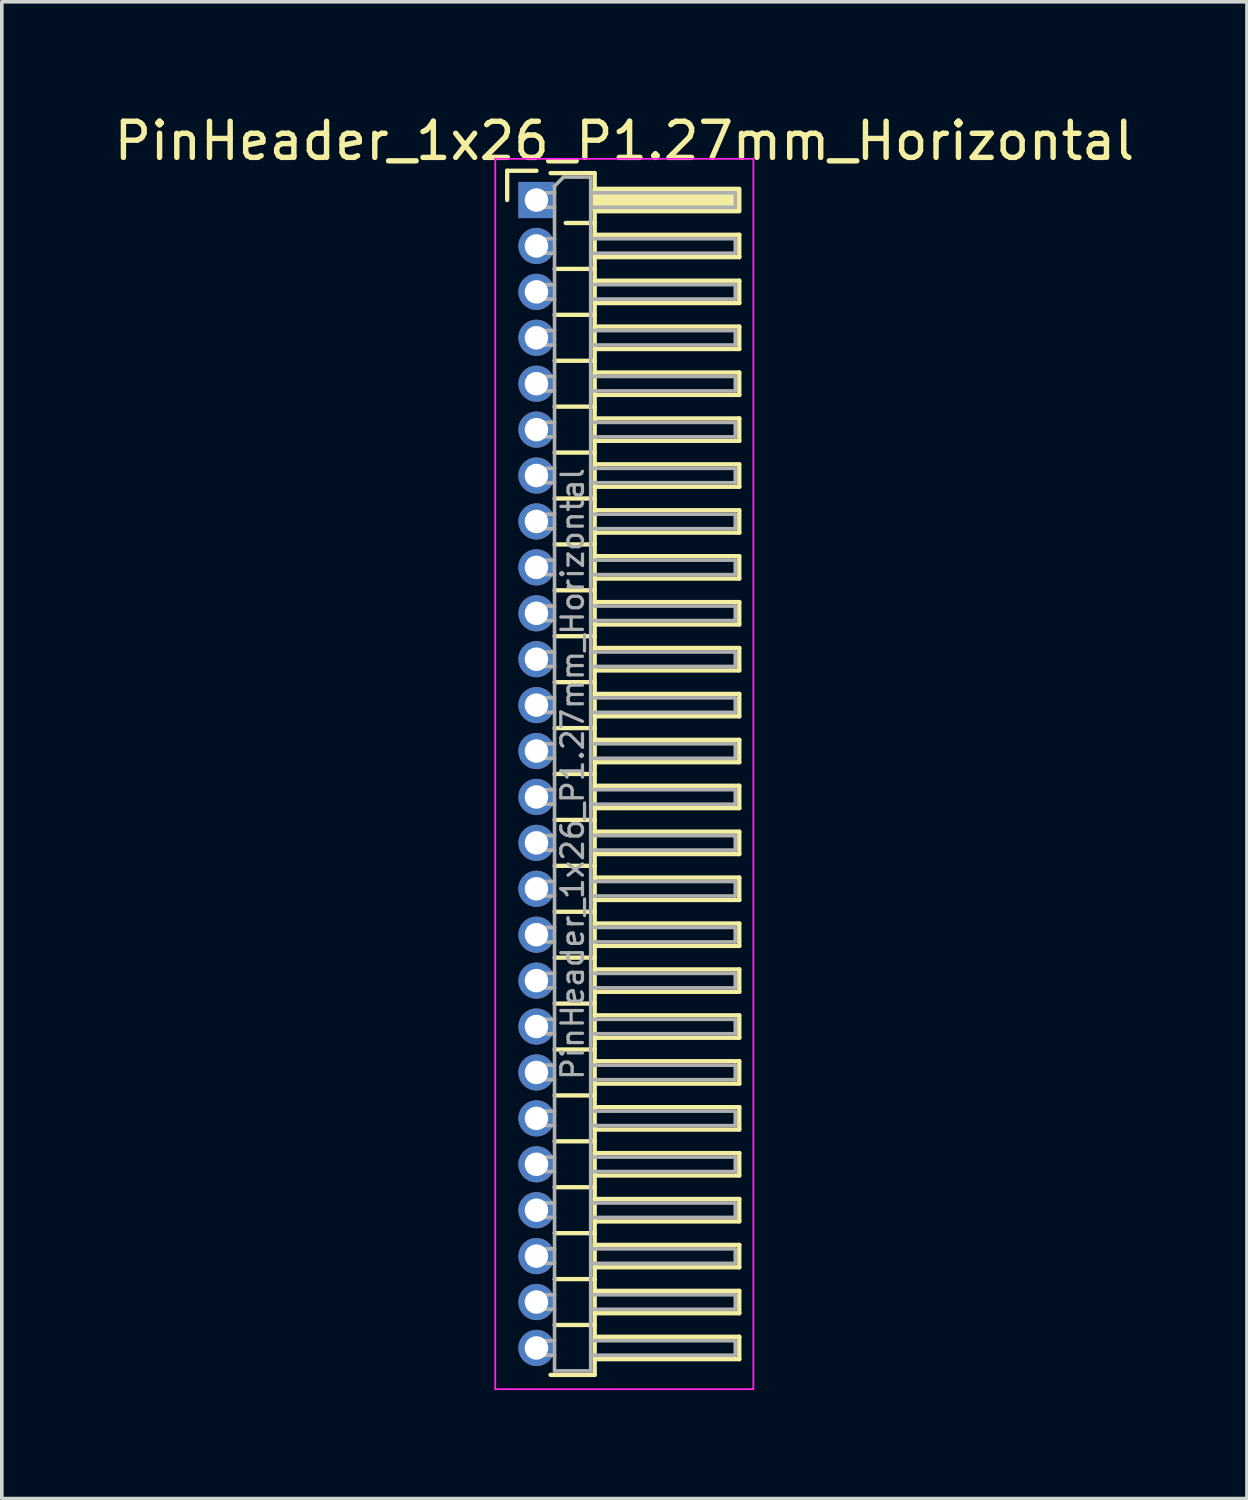
<source format=kicad_pcb>
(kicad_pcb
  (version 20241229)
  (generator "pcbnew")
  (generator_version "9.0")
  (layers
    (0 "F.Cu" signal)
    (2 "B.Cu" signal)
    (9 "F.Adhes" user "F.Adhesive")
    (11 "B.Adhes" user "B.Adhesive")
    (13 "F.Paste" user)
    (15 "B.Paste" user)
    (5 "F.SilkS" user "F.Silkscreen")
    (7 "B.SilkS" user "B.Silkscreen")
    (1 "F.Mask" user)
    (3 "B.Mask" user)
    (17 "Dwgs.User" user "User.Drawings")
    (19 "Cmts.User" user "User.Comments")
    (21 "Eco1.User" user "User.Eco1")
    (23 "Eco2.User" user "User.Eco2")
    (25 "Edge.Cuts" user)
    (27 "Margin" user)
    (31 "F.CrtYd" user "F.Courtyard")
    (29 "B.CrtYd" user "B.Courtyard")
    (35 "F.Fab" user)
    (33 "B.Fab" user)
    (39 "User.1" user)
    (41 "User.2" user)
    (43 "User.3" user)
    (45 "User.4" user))
  (footprint "PinHeader_1x26_P1.27mm_Horizontal"
    (layer "F.Cu")
    (at 11.788 2.483)
    (property "Reference" "PinHeader_1x26_P1.27mm_Horizontal" (at 2.433 -1.635 0) (layer "F.SilkS") (effects (font (size 1 1) (thickness 0.15))))
    (attr through_hole)
    (fp_line (start -0.81 -0.81) (end 0 -0.81) (stroke (width 0.12) (type solid)) (layer "F.SilkS"))
    (fp_line (start -0.81 0) (end -0.81 -0.81) (stroke (width 0.12) (type solid)) (layer "F.SilkS"))
    (fp_line (start 0.39 -0.745) (end 1.61 -0.745) (stroke (width 0.12) (type solid)) (layer "F.SilkS"))
    (fp_line (start 0.503 1.905) (end 1.61 1.905) (stroke (width 0.12) (type solid)) (layer "F.SilkS"))
    (fp_line (start 0.503 3.175) (end 1.61 3.175) (stroke (width 0.12) (type solid)) (layer "F.SilkS"))
    (fp_line (start 0.503 4.445) (end 1.61 4.445) (stroke (width 0.12) (type solid)) (layer "F.SilkS"))
    (fp_line (start 0.503 5.715) (end 1.61 5.715) (stroke (width 0.12) (type solid)) (layer "F.SilkS"))
    (fp_line (start 0.503 6.985) (end 1.61 6.985) (stroke (width 0.12) (type solid)) (layer "F.SilkS"))
    (fp_line (start 0.503 8.255) (end 1.61 8.255) (stroke (width 0.12) (type solid)) (layer "F.SilkS"))
    (fp_line (start 0.503 9.525) (end 1.61 9.525) (stroke (width 0.12) (type solid)) (layer "F.SilkS"))
    (fp_line (start 0.503 10.795) (end 1.61 10.795) (stroke (width 0.12) (type solid)) (layer "F.SilkS"))
    (fp_line (start 0.503 12.065) (end 1.61 12.065) (stroke (width 0.12) (type solid)) (layer "F.SilkS"))
    (fp_line (start 0.503 13.335) (end 1.61 13.335) (stroke (width 0.12) (type solid)) (layer "F.SilkS"))
    (fp_line (start 0.503 14.605) (end 1.61 14.605) (stroke (width 0.12) (type solid)) (layer "F.SilkS"))
    (fp_line (start 0.503 15.875) (end 1.61 15.875) (stroke (width 0.12) (type solid)) (layer "F.SilkS"))
    (fp_line (start 0.503 17.145) (end 1.61 17.145) (stroke (width 0.12) (type solid)) (layer "F.SilkS"))
    (fp_line (start 0.503 18.415) (end 1.61 18.415) (stroke (width 0.12) (type solid)) (layer "F.SilkS"))
    (fp_line (start 0.503 19.685) (end 1.61 19.685) (stroke (width 0.12) (type solid)) (layer "F.SilkS"))
    (fp_line (start 0.503 20.955) (end 1.61 20.955) (stroke (width 0.12) (type solid)) (layer "F.SilkS"))
    (fp_line (start 0.503 22.225) (end 1.61 22.225) (stroke (width 0.12) (type solid)) (layer "F.SilkS"))
    (fp_line (start 0.503 23.495) (end 1.61 23.495) (stroke (width 0.12) (type solid)) (layer "F.SilkS"))
    (fp_line (start 0.503 24.765) (end 1.61 24.765) (stroke (width 0.12) (type solid)) (layer "F.SilkS"))
    (fp_line (start 0.503 26.035) (end 1.61 26.035) (stroke (width 0.12) (type solid)) (layer "F.SilkS"))
    (fp_line (start 0.503 27.305) (end 1.61 27.305) (stroke (width 0.12) (type solid)) (layer "F.SilkS"))
    (fp_line (start 0.503 28.575) (end 1.61 28.575) (stroke (width 0.12) (type solid)) (layer "F.SilkS"))
    (fp_line (start 0.503 29.845) (end 1.61 29.845) (stroke (width 0.12) (type solid)) (layer "F.SilkS"))
    (fp_line (start 0.503 31.115) (end 1.61 31.115) (stroke (width 0.12) (type solid)) (layer "F.SilkS"))
    (fp_line (start 0.81 0.635) (end 1.61 0.635) (stroke (width 0.12) (type solid)) (layer "F.SilkS"))
    (fp_line (start 1.61 -0.745) (end 1.61 32.495) (stroke (width 0.12) (type solid)) (layer "F.SilkS"))
    (fp_line (start 1.61 0.96) (end 5.61 0.96) (stroke (width 0.12) (type solid)) (layer "F.SilkS"))
    (fp_line (start 1.61 2.23) (end 5.61 2.23) (stroke (width 0.12) (type solid)) (layer "F.SilkS"))
    (fp_line (start 1.61 3.5) (end 5.61 3.5) (stroke (width 0.12) (type solid)) (layer "F.SilkS"))
    (fp_line (start 1.61 4.77) (end 5.61 4.77) (stroke (width 0.12) (type solid)) (layer "F.SilkS"))
    (fp_line (start 1.61 6.04) (end 5.61 6.04) (stroke (width 0.12) (type solid)) (layer "F.SilkS"))
    (fp_line (start 1.61 7.31) (end 5.61 7.31) (stroke (width 0.12) (type solid)) (layer "F.SilkS"))
    (fp_line (start 1.61 8.58) (end 5.61 8.58) (stroke (width 0.12) (type solid)) (layer "F.SilkS"))
    (fp_line (start 1.61 9.85) (end 5.61 9.85) (stroke (width 0.12) (type solid)) (layer "F.SilkS"))
    (fp_line (start 1.61 11.12) (end 5.61 11.12) (stroke (width 0.12) (type solid)) (layer "F.SilkS"))
    (fp_line (start 1.61 12.39) (end 5.61 12.39) (stroke (width 0.12) (type solid)) (layer "F.SilkS"))
    (fp_line (start 1.61 13.66) (end 5.61 13.66) (stroke (width 0.12) (type solid)) (layer "F.SilkS"))
    (fp_line (start 1.61 14.93) (end 5.61 14.93) (stroke (width 0.12) (type solid)) (layer "F.SilkS"))
    (fp_line (start 1.61 16.2) (end 5.61 16.2) (stroke (width 0.12) (type solid)) (layer "F.SilkS"))
    (fp_line (start 1.61 17.47) (end 5.61 17.47) (stroke (width 0.12) (type solid)) (layer "F.SilkS"))
    (fp_line (start 1.61 18.74) (end 5.61 18.74) (stroke (width 0.12) (type solid)) (layer "F.SilkS"))
    (fp_line (start 1.61 20.01) (end 5.61 20.01) (stroke (width 0.12) (type solid)) (layer "F.SilkS"))
    (fp_line (start 1.61 21.28) (end 5.61 21.28) (stroke (width 0.12) (type solid)) (layer "F.SilkS"))
    (fp_line (start 1.61 22.55) (end 5.61 22.55) (stroke (width 0.12) (type solid)) (layer "F.SilkS"))
    (fp_line (start 1.61 23.82) (end 5.61 23.82) (stroke (width 0.12) (type solid)) (layer "F.SilkS"))
    (fp_line (start 1.61 25.09) (end 5.61 25.09) (stroke (width 0.12) (type solid)) (layer "F.SilkS"))
    (fp_line (start 1.61 26.36) (end 5.61 26.36) (stroke (width 0.12) (type solid)) (layer "F.SilkS"))
    (fp_line (start 1.61 27.63) (end 5.61 27.63) (stroke (width 0.12) (type solid)) (layer "F.SilkS"))
    (fp_line (start 1.61 28.9) (end 5.61 28.9) (stroke (width 0.12) (type solid)) (layer "F.SilkS"))
    (fp_line (start 1.61 30.17) (end 5.61 30.17) (stroke (width 0.12) (type solid)) (layer "F.SilkS"))
    (fp_line (start 1.61 31.44) (end 5.61 31.44) (stroke (width 0.12) (type solid)) (layer "F.SilkS"))
    (fp_line (start 1.61 32.495) (end 0.39 32.495) (stroke (width 0.12) (type solid)) (layer "F.SilkS"))
    (fp_line (start 5.61 0.96) (end 5.61 1.58) (stroke (width 0.12) (type solid)) (layer "F.SilkS"))
    (fp_line (start 5.61 1.58) (end 1.61 1.58) (stroke (width 0.12) (type solid)) (layer "F.SilkS"))
    (fp_line (start 5.61 2.23) (end 5.61 2.85) (stroke (width 0.12) (type solid)) (layer "F.SilkS"))
    (fp_line (start 5.61 2.85) (end 1.61 2.85) (stroke (width 0.12) (type solid)) (layer "F.SilkS"))
    (fp_line (start 5.61 3.5) (end 5.61 4.12) (stroke (width 0.12) (type solid)) (layer "F.SilkS"))
    (fp_line (start 5.61 4.12) (end 1.61 4.12) (stroke (width 0.12) (type solid)) (layer "F.SilkS"))
    (fp_line (start 5.61 4.77) (end 5.61 5.39) (stroke (width 0.12) (type solid)) (layer "F.SilkS"))
    (fp_line (start 5.61 5.39) (end 1.61 5.39) (stroke (width 0.12) (type solid)) (layer "F.SilkS"))
    (fp_line (start 5.61 6.04) (end 5.61 6.66) (stroke (width 0.12) (type solid)) (layer "F.SilkS"))
    (fp_line (start 5.61 6.66) (end 1.61 6.66) (stroke (width 0.12) (type solid)) (layer "F.SilkS"))
    (fp_line (start 5.61 7.31) (end 5.61 7.93) (stroke (width 0.12) (type solid)) (layer "F.SilkS"))
    (fp_line (start 5.61 7.93) (end 1.61 7.93) (stroke (width 0.12) (type solid)) (layer "F.SilkS"))
    (fp_line (start 5.61 8.58) (end 5.61 9.2) (stroke (width 0.12) (type solid)) (layer "F.SilkS"))
    (fp_line (start 5.61 9.2) (end 1.61 9.2) (stroke (width 0.12) (type solid)) (layer "F.SilkS"))
    (fp_line (start 5.61 9.85) (end 5.61 10.47) (stroke (width 0.12) (type solid)) (layer "F.SilkS"))
    (fp_line (start 5.61 10.47) (end 1.61 10.47) (stroke (width 0.12) (type solid)) (layer "F.SilkS"))
    (fp_line (start 5.61 11.12) (end 5.61 11.74) (stroke (width 0.12) (type solid)) (layer "F.SilkS"))
    (fp_line (start 5.61 11.74) (end 1.61 11.74) (stroke (width 0.12) (type solid)) (layer "F.SilkS"))
    (fp_line (start 5.61 12.39) (end 5.61 13.01) (stroke (width 0.12) (type solid)) (layer "F.SilkS"))
    (fp_line (start 5.61 13.01) (end 1.61 13.01) (stroke (width 0.12) (type solid)) (layer "F.SilkS"))
    (fp_line (start 5.61 13.66) (end 5.61 14.28) (stroke (width 0.12) (type solid)) (layer "F.SilkS"))
    (fp_line (start 5.61 14.28) (end 1.61 14.28) (stroke (width 0.12) (type solid)) (layer "F.SilkS"))
    (fp_line (start 5.61 14.93) (end 5.61 15.55) (stroke (width 0.12) (type solid)) (layer "F.SilkS"))
    (fp_line (start 5.61 15.55) (end 1.61 15.55) (stroke (width 0.12) (type solid)) (layer "F.SilkS"))
    (fp_line (start 5.61 16.2) (end 5.61 16.82) (stroke (width 0.12) (type solid)) (layer "F.SilkS"))
    (fp_line (start 5.61 16.82) (end 1.61 16.82) (stroke (width 0.12) (type solid)) (layer "F.SilkS"))
    (fp_line (start 5.61 17.47) (end 5.61 18.09) (stroke (width 0.12) (type solid)) (layer "F.SilkS"))
    (fp_line (start 5.61 18.09) (end 1.61 18.09) (stroke (width 0.12) (type solid)) (layer "F.SilkS"))
    (fp_line (start 5.61 18.74) (end 5.61 19.36) (stroke (width 0.12) (type solid)) (layer "F.SilkS"))
    (fp_line (start 5.61 19.36) (end 1.61 19.36) (stroke (width 0.12) (type solid)) (layer "F.SilkS"))
    (fp_line (start 5.61 20.01) (end 5.61 20.63) (stroke (width 0.12) (type solid)) (layer "F.SilkS"))
    (fp_line (start 5.61 20.63) (end 1.61 20.63) (stroke (width 0.12) (type solid)) (layer "F.SilkS"))
    (fp_line (start 5.61 21.28) (end 5.61 21.9) (stroke (width 0.12) (type solid)) (layer "F.SilkS"))
    (fp_line (start 5.61 21.9) (end 1.61 21.9) (stroke (width 0.12) (type solid)) (layer "F.SilkS"))
    (fp_line (start 5.61 22.55) (end 5.61 23.17) (stroke (width 0.12) (type solid)) (layer "F.SilkS"))
    (fp_line (start 5.61 23.17) (end 1.61 23.17) (stroke (width 0.12) (type solid)) (layer "F.SilkS"))
    (fp_line (start 5.61 23.82) (end 5.61 24.44) (stroke (width 0.12) (type solid)) (layer "F.SilkS"))
    (fp_line (start 5.61 24.44) (end 1.61 24.44) (stroke (width 0.12) (type solid)) (layer "F.SilkS"))
    (fp_line (start 5.61 25.09) (end 5.61 25.71) (stroke (width 0.12) (type solid)) (layer "F.SilkS"))
    (fp_line (start 5.61 25.71) (end 1.61 25.71) (stroke (width 0.12) (type solid)) (layer "F.SilkS"))
    (fp_line (start 5.61 26.36) (end 5.61 26.98) (stroke (width 0.12) (type solid)) (layer "F.SilkS"))
    (fp_line (start 5.61 26.98) (end 1.61 26.98) (stroke (width 0.12) (type solid)) (layer "F.SilkS"))
    (fp_line (start 5.61 27.63) (end 5.61 28.25) (stroke (width 0.12) (type solid)) (layer "F.SilkS"))
    (fp_line (start 5.61 28.25) (end 1.61 28.25) (stroke (width 0.12) (type solid)) (layer "F.SilkS"))
    (fp_line (start 5.61 28.9) (end 5.61 29.52) (stroke (width 0.12) (type solid)) (layer "F.SilkS"))
    (fp_line (start 5.61 29.52) (end 1.61 29.52) (stroke (width 0.12) (type solid)) (layer "F.SilkS"))
    (fp_line (start 5.61 30.17) (end 5.61 30.79) (stroke (width 0.12) (type solid)) (layer "F.SilkS"))
    (fp_line (start 5.61 30.79) (end 1.61 30.79) (stroke (width 0.12) (type solid)) (layer "F.SilkS"))
    (fp_line (start 5.61 31.44) (end 5.61 32.06) (stroke (width 0.12) (type solid)) (layer "F.SilkS"))
    (fp_line (start 5.61 32.06) (end 1.61 32.06) (stroke (width 0.12) (type solid)) (layer "F.SilkS"))
    (fp_rect (start 1.61 -0.31) (end 5.61 0.31) (stroke (width 0.12) (type solid)) (fill yes) (layer "F.SilkS"))
    (fp_line (start -1.14 -1.14) (end -1.14 32.89) (stroke (width 0.05) (type solid)) (layer "F.CrtYd"))
    (fp_line (start -1.14 32.89) (end 6 32.89) (stroke (width 0.05) (type solid)) (layer "F.CrtYd"))
    (fp_line (start 6 -1.14) (end -1.14 -1.14) (stroke (width 0.05) (type solid)) (layer "F.CrtYd"))
    (fp_line (start 6 32.89) (end 6 -1.14) (stroke (width 0.05) (type solid)) (layer "F.CrtYd"))
    (fp_line (start -0.2 -0.2) (end -0.2 0.2) (stroke (width 0.1) (type solid)) (layer "F.Fab"))
    (fp_line (start -0.2 -0.2) (end 0.5 -0.2) (stroke (width 0.1) (type solid)) (layer "F.Fab"))
    (fp_line (start -0.2 0.2) (end 0.5 0.2) (stroke (width 0.1) (type solid)) (layer "F.Fab"))
    (fp_line (start -0.2 1.07) (end -0.2 1.47) (stroke (width 0.1) (type solid)) (layer "F.Fab"))
    (fp_line (start -0.2 1.07) (end 0.5 1.07) (stroke (width 0.1) (type solid)) (layer "F.Fab"))
    (fp_line (start -0.2 1.47) (end 0.5 1.47) (stroke (width 0.1) (type solid)) (layer "F.Fab"))
    (fp_line (start -0.2 2.34) (end -0.2 2.74) (stroke (width 0.1) (type solid)) (layer "F.Fab"))
    (fp_line (start -0.2 2.34) (end 0.5 2.34) (stroke (width 0.1) (type solid)) (layer "F.Fab"))
    (fp_line (start -0.2 2.74) (end 0.5 2.74) (stroke (width 0.1) (type solid)) (layer "F.Fab"))
    (fp_line (start -0.2 3.61) (end -0.2 4.01) (stroke (width 0.1) (type solid)) (layer "F.Fab"))
    (fp_line (start -0.2 3.61) (end 0.5 3.61) (stroke (width 0.1) (type solid)) (layer "F.Fab"))
    (fp_line (start -0.2 4.01) (end 0.5 4.01) (stroke (width 0.1) (type solid)) (layer "F.Fab"))
    (fp_line (start -0.2 4.88) (end -0.2 5.28) (stroke (width 0.1) (type solid)) (layer "F.Fab"))
    (fp_line (start -0.2 4.88) (end 0.5 4.88) (stroke (width 0.1) (type solid)) (layer "F.Fab"))
    (fp_line (start -0.2 5.28) (end 0.5 5.28) (stroke (width 0.1) (type solid)) (layer "F.Fab"))
    (fp_line (start -0.2 6.15) (end -0.2 6.55) (stroke (width 0.1) (type solid)) (layer "F.Fab"))
    (fp_line (start -0.2 6.15) (end 0.5 6.15) (stroke (width 0.1) (type solid)) (layer "F.Fab"))
    (fp_line (start -0.2 6.55) (end 0.5 6.55) (stroke (width 0.1) (type solid)) (layer "F.Fab"))
    (fp_line (start -0.2 7.42) (end -0.2 7.82) (stroke (width 0.1) (type solid)) (layer "F.Fab"))
    (fp_line (start -0.2 7.42) (end 0.5 7.42) (stroke (width 0.1) (type solid)) (layer "F.Fab"))
    (fp_line (start -0.2 7.82) (end 0.5 7.82) (stroke (width 0.1) (type solid)) (layer "F.Fab"))
    (fp_line (start -0.2 8.69) (end -0.2 9.09) (stroke (width 0.1) (type solid)) (layer "F.Fab"))
    (fp_line (start -0.2 8.69) (end 0.5 8.69) (stroke (width 0.1) (type solid)) (layer "F.Fab"))
    (fp_line (start -0.2 9.09) (end 0.5 9.09) (stroke (width 0.1) (type solid)) (layer "F.Fab"))
    (fp_line (start -0.2 9.96) (end -0.2 10.36) (stroke (width 0.1) (type solid)) (layer "F.Fab"))
    (fp_line (start -0.2 9.96) (end 0.5 9.96) (stroke (width 0.1) (type solid)) (layer "F.Fab"))
    (fp_line (start -0.2 10.36) (end 0.5 10.36) (stroke (width 0.1) (type solid)) (layer "F.Fab"))
    (fp_line (start -0.2 11.23) (end -0.2 11.63) (stroke (width 0.1) (type solid)) (layer "F.Fab"))
    (fp_line (start -0.2 11.23) (end 0.5 11.23) (stroke (width 0.1) (type solid)) (layer "F.Fab"))
    (fp_line (start -0.2 11.63) (end 0.5 11.63) (stroke (width 0.1) (type solid)) (layer "F.Fab"))
    (fp_line (start -0.2 12.5) (end -0.2 12.9) (stroke (width 0.1) (type solid)) (layer "F.Fab"))
    (fp_line (start -0.2 12.5) (end 0.5 12.5) (stroke (width 0.1) (type solid)) (layer "F.Fab"))
    (fp_line (start -0.2 12.9) (end 0.5 12.9) (stroke (width 0.1) (type solid)) (layer "F.Fab"))
    (fp_line (start -0.2 13.77) (end -0.2 14.17) (stroke (width 0.1) (type solid)) (layer "F.Fab"))
    (fp_line (start -0.2 13.77) (end 0.5 13.77) (stroke (width 0.1) (type solid)) (layer "F.Fab"))
    (fp_line (start -0.2 14.17) (end 0.5 14.17) (stroke (width 0.1) (type solid)) (layer "F.Fab"))
    (fp_line (start -0.2 15.04) (end -0.2 15.44) (stroke (width 0.1) (type solid)) (layer "F.Fab"))
    (fp_line (start -0.2 15.04) (end 0.5 15.04) (stroke (width 0.1) (type solid)) (layer "F.Fab"))
    (fp_line (start -0.2 15.44) (end 0.5 15.44) (stroke (width 0.1) (type solid)) (layer "F.Fab"))
    (fp_line (start -0.2 16.31) (end -0.2 16.71) (stroke (width 0.1) (type solid)) (layer "F.Fab"))
    (fp_line (start -0.2 16.31) (end 0.5 16.31) (stroke (width 0.1) (type solid)) (layer "F.Fab"))
    (fp_line (start -0.2 16.71) (end 0.5 16.71) (stroke (width 0.1) (type solid)) (layer "F.Fab"))
    (fp_line (start -0.2 17.58) (end -0.2 17.98) (stroke (width 0.1) (type solid)) (layer "F.Fab"))
    (fp_line (start -0.2 17.58) (end 0.5 17.58) (stroke (width 0.1) (type solid)) (layer "F.Fab"))
    (fp_line (start -0.2 17.98) (end 0.5 17.98) (stroke (width 0.1) (type solid)) (layer "F.Fab"))
    (fp_line (start -0.2 18.85) (end -0.2 19.25) (stroke (width 0.1) (type solid)) (layer "F.Fab"))
    (fp_line (start -0.2 18.85) (end 0.5 18.85) (stroke (width 0.1) (type solid)) (layer "F.Fab"))
    (fp_line (start -0.2 19.25) (end 0.5 19.25) (stroke (width 0.1) (type solid)) (layer "F.Fab"))
    (fp_line (start -0.2 20.12) (end -0.2 20.52) (stroke (width 0.1) (type solid)) (layer "F.Fab"))
    (fp_line (start -0.2 20.12) (end 0.5 20.12) (stroke (width 0.1) (type solid)) (layer "F.Fab"))
    (fp_line (start -0.2 20.52) (end 0.5 20.52) (stroke (width 0.1) (type solid)) (layer "F.Fab"))
    (fp_line (start -0.2 21.39) (end -0.2 21.79) (stroke (width 0.1) (type solid)) (layer "F.Fab"))
    (fp_line (start -0.2 21.39) (end 0.5 21.39) (stroke (width 0.1) (type solid)) (layer "F.Fab"))
    (fp_line (start -0.2 21.79) (end 0.5 21.79) (stroke (width 0.1) (type solid)) (layer "F.Fab"))
    (fp_line (start -0.2 22.66) (end -0.2 23.06) (stroke (width 0.1) (type solid)) (layer "F.Fab"))
    (fp_line (start -0.2 22.66) (end 0.5 22.66) (stroke (width 0.1) (type solid)) (layer "F.Fab"))
    (fp_line (start -0.2 23.06) (end 0.5 23.06) (stroke (width 0.1) (type solid)) (layer "F.Fab"))
    (fp_line (start -0.2 23.93) (end -0.2 24.33) (stroke (width 0.1) (type solid)) (layer "F.Fab"))
    (fp_line (start -0.2 23.93) (end 0.5 23.93) (stroke (width 0.1) (type solid)) (layer "F.Fab"))
    (fp_line (start -0.2 24.33) (end 0.5 24.33) (stroke (width 0.1) (type solid)) (layer "F.Fab"))
    (fp_line (start -0.2 25.2) (end -0.2 25.6) (stroke (width 0.1) (type solid)) (layer "F.Fab"))
    (fp_line (start -0.2 25.2) (end 0.5 25.2) (stroke (width 0.1) (type solid)) (layer "F.Fab"))
    (fp_line (start -0.2 25.6) (end 0.5 25.6) (stroke (width 0.1) (type solid)) (layer "F.Fab"))
    (fp_line (start -0.2 26.47) (end -0.2 26.87) (stroke (width 0.1) (type solid)) (layer "F.Fab"))
    (fp_line (start -0.2 26.47) (end 0.5 26.47) (stroke (width 0.1) (type solid)) (layer "F.Fab"))
    (fp_line (start -0.2 26.87) (end 0.5 26.87) (stroke (width 0.1) (type solid)) (layer "F.Fab"))
    (fp_line (start -0.2 27.74) (end -0.2 28.14) (stroke (width 0.1) (type solid)) (layer "F.Fab"))
    (fp_line (start -0.2 27.74) (end 0.5 27.74) (stroke (width 0.1) (type solid)) (layer "F.Fab"))
    (fp_line (start -0.2 28.14) (end 0.5 28.14) (stroke (width 0.1) (type solid)) (layer "F.Fab"))
    (fp_line (start -0.2 29.01) (end -0.2 29.41) (stroke (width 0.1) (type solid)) (layer "F.Fab"))
    (fp_line (start -0.2 29.01) (end 0.5 29.01) (stroke (width 0.1) (type solid)) (layer "F.Fab"))
    (fp_line (start -0.2 29.41) (end 0.5 29.41) (stroke (width 0.1) (type solid)) (layer "F.Fab"))
    (fp_line (start -0.2 30.28) (end -0.2 30.68) (stroke (width 0.1) (type solid)) (layer "F.Fab"))
    (fp_line (start -0.2 30.28) (end 0.5 30.28) (stroke (width 0.1) (type solid)) (layer "F.Fab"))
    (fp_line (start -0.2 30.68) (end 0.5 30.68) (stroke (width 0.1) (type solid)) (layer "F.Fab"))
    (fp_line (start -0.2 31.55) (end -0.2 31.95) (stroke (width 0.1) (type solid)) (layer "F.Fab"))
    (fp_line (start -0.2 31.55) (end 0.5 31.55) (stroke (width 0.1) (type solid)) (layer "F.Fab"))
    (fp_line (start -0.2 31.95) (end 0.5 31.95) (stroke (width 0.1) (type solid)) (layer "F.Fab"))
    (fp_line (start 0.5 -0.385) (end 0.75 -0.635) (stroke (width 0.1) (type solid)) (layer "F.Fab"))
    (fp_line (start 0.5 32.385) (end 0.5 -0.385) (stroke (width 0.1) (type solid)) (layer "F.Fab"))
    (fp_line (start 0.75 -0.635) (end 1.5 -0.635) (stroke (width 0.1) (type solid)) (layer "F.Fab"))
    (fp_line (start 1.5 -0.635) (end 1.5 32.385) (stroke (width 0.1) (type solid)) (layer "F.Fab"))
    (fp_line (start 1.5 -0.2) (end 5.5 -0.2) (stroke (width 0.1) (type solid)) (layer "F.Fab"))
    (fp_line (start 1.5 0.2) (end 5.5 0.2) (stroke (width 0.1) (type solid)) (layer "F.Fab"))
    (fp_line (start 1.5 1.07) (end 5.5 1.07) (stroke (width 0.1) (type solid)) (layer "F.Fab"))
    (fp_line (start 1.5 1.47) (end 5.5 1.47) (stroke (width 0.1) (type solid)) (layer "F.Fab"))
    (fp_line (start 1.5 2.34) (end 5.5 2.34) (stroke (width 0.1) (type solid)) (layer "F.Fab"))
    (fp_line (start 1.5 2.74) (end 5.5 2.74) (stroke (width 0.1) (type solid)) (layer "F.Fab"))
    (fp_line (start 1.5 3.61) (end 5.5 3.61) (stroke (width 0.1) (type solid)) (layer "F.Fab"))
    (fp_line (start 1.5 4.01) (end 5.5 4.01) (stroke (width 0.1) (type solid)) (layer "F.Fab"))
    (fp_line (start 1.5 4.88) (end 5.5 4.88) (stroke (width 0.1) (type solid)) (layer "F.Fab"))
    (fp_line (start 1.5 5.28) (end 5.5 5.28) (stroke (width 0.1) (type solid)) (layer "F.Fab"))
    (fp_line (start 1.5 6.15) (end 5.5 6.15) (stroke (width 0.1) (type solid)) (layer "F.Fab"))
    (fp_line (start 1.5 6.55) (end 5.5 6.55) (stroke (width 0.1) (type solid)) (layer "F.Fab"))
    (fp_line (start 1.5 7.42) (end 5.5 7.42) (stroke (width 0.1) (type solid)) (layer "F.Fab"))
    (fp_line (start 1.5 7.82) (end 5.5 7.82) (stroke (width 0.1) (type solid)) (layer "F.Fab"))
    (fp_line (start 1.5 8.69) (end 5.5 8.69) (stroke (width 0.1) (type solid)) (layer "F.Fab"))
    (fp_line (start 1.5 9.09) (end 5.5 9.09) (stroke (width 0.1) (type solid)) (layer "F.Fab"))
    (fp_line (start 1.5 9.96) (end 5.5 9.96) (stroke (width 0.1) (type solid)) (layer "F.Fab"))
    (fp_line (start 1.5 10.36) (end 5.5 10.36) (stroke (width 0.1) (type solid)) (layer "F.Fab"))
    (fp_line (start 1.5 11.23) (end 5.5 11.23) (stroke (width 0.1) (type solid)) (layer "F.Fab"))
    (fp_line (start 1.5 11.63) (end 5.5 11.63) (stroke (width 0.1) (type solid)) (layer "F.Fab"))
    (fp_line (start 1.5 12.5) (end 5.5 12.5) (stroke (width 0.1) (type solid)) (layer "F.Fab"))
    (fp_line (start 1.5 12.9) (end 5.5 12.9) (stroke (width 0.1) (type solid)) (layer "F.Fab"))
    (fp_line (start 1.5 13.77) (end 5.5 13.77) (stroke (width 0.1) (type solid)) (layer "F.Fab"))
    (fp_line (start 1.5 14.17) (end 5.5 14.17) (stroke (width 0.1) (type solid)) (layer "F.Fab"))
    (fp_line (start 1.5 15.04) (end 5.5 15.04) (stroke (width 0.1) (type solid)) (layer "F.Fab"))
    (fp_line (start 1.5 15.44) (end 5.5 15.44) (stroke (width 0.1) (type solid)) (layer "F.Fab"))
    (fp_line (start 1.5 16.31) (end 5.5 16.31) (stroke (width 0.1) (type solid)) (layer "F.Fab"))
    (fp_line (start 1.5 16.71) (end 5.5 16.71) (stroke (width 0.1) (type solid)) (layer "F.Fab"))
    (fp_line (start 1.5 17.58) (end 5.5 17.58) (stroke (width 0.1) (type solid)) (layer "F.Fab"))
    (fp_line (start 1.5 17.98) (end 5.5 17.98) (stroke (width 0.1) (type solid)) (layer "F.Fab"))
    (fp_line (start 1.5 18.85) (end 5.5 18.85) (stroke (width 0.1) (type solid)) (layer "F.Fab"))
    (fp_line (start 1.5 19.25) (end 5.5 19.25) (stroke (width 0.1) (type solid)) (layer "F.Fab"))
    (fp_line (start 1.5 20.12) (end 5.5 20.12) (stroke (width 0.1) (type solid)) (layer "F.Fab"))
    (fp_line (start 1.5 20.52) (end 5.5 20.52) (stroke (width 0.1) (type solid)) (layer "F.Fab"))
    (fp_line (start 1.5 21.39) (end 5.5 21.39) (stroke (width 0.1) (type solid)) (layer "F.Fab"))
    (fp_line (start 1.5 21.79) (end 5.5 21.79) (stroke (width 0.1) (type solid)) (layer "F.Fab"))
    (fp_line (start 1.5 22.66) (end 5.5 22.66) (stroke (width 0.1) (type solid)) (layer "F.Fab"))
    (fp_line (start 1.5 23.06) (end 5.5 23.06) (stroke (width 0.1) (type solid)) (layer "F.Fab"))
    (fp_line (start 1.5 23.93) (end 5.5 23.93) (stroke (width 0.1) (type solid)) (layer "F.Fab"))
    (fp_line (start 1.5 24.33) (end 5.5 24.33) (stroke (width 0.1) (type solid)) (layer "F.Fab"))
    (fp_line (start 1.5 25.2) (end 5.5 25.2) (stroke (width 0.1) (type solid)) (layer "F.Fab"))
    (fp_line (start 1.5 25.6) (end 5.5 25.6) (stroke (width 0.1) (type solid)) (layer "F.Fab"))
    (fp_line (start 1.5 26.47) (end 5.5 26.47) (stroke (width 0.1) (type solid)) (layer "F.Fab"))
    (fp_line (start 1.5 26.87) (end 5.5 26.87) (stroke (width 0.1) (type solid)) (layer "F.Fab"))
    (fp_line (start 1.5 27.74) (end 5.5 27.74) (stroke (width 0.1) (type solid)) (layer "F.Fab"))
    (fp_line (start 1.5 28.14) (end 5.5 28.14) (stroke (width 0.1) (type solid)) (layer "F.Fab"))
    (fp_line (start 1.5 29.01) (end 5.5 29.01) (stroke (width 0.1) (type solid)) (layer "F.Fab"))
    (fp_line (start 1.5 29.41) (end 5.5 29.41) (stroke (width 0.1) (type solid)) (layer "F.Fab"))
    (fp_line (start 1.5 30.28) (end 5.5 30.28) (stroke (width 0.1) (type solid)) (layer "F.Fab"))
    (fp_line (start 1.5 30.68) (end 5.5 30.68) (stroke (width 0.1) (type solid)) (layer "F.Fab"))
    (fp_line (start 1.5 31.55) (end 5.5 31.55) (stroke (width 0.1) (type solid)) (layer "F.Fab"))
    (fp_line (start 1.5 31.95) (end 5.5 31.95) (stroke (width 0.1) (type solid)) (layer "F.Fab"))
    (fp_line (start 1.5 32.385) (end 0.5 32.385) (stroke (width 0.1) (type solid)) (layer "F.Fab"))
    (fp_line (start 5.5 -0.2) (end 5.5 0.2) (stroke (width 0.1) (type solid)) (layer "F.Fab"))
    (fp_line (start 5.5 1.07) (end 5.5 1.47) (stroke (width 0.1) (type solid)) (layer "F.Fab"))
    (fp_line (start 5.5 2.34) (end 5.5 2.74) (stroke (width 0.1) (type solid)) (layer "F.Fab"))
    (fp_line (start 5.5 3.61) (end 5.5 4.01) (stroke (width 0.1) (type solid)) (layer "F.Fab"))
    (fp_line (start 5.5 4.88) (end 5.5 5.28) (stroke (width 0.1) (type solid)) (layer "F.Fab"))
    (fp_line (start 5.5 6.15) (end 5.5 6.55) (stroke (width 0.1) (type solid)) (layer "F.Fab"))
    (fp_line (start 5.5 7.42) (end 5.5 7.82) (stroke (width 0.1) (type solid)) (layer "F.Fab"))
    (fp_line (start 5.5 8.69) (end 5.5 9.09) (stroke (width 0.1) (type solid)) (layer "F.Fab"))
    (fp_line (start 5.5 9.96) (end 5.5 10.36) (stroke (width 0.1) (type solid)) (layer "F.Fab"))
    (fp_line (start 5.5 11.23) (end 5.5 11.63) (stroke (width 0.1) (type solid)) (layer "F.Fab"))
    (fp_line (start 5.5 12.5) (end 5.5 12.9) (stroke (width 0.1) (type solid)) (layer "F.Fab"))
    (fp_line (start 5.5 13.77) (end 5.5 14.17) (stroke (width 0.1) (type solid)) (layer "F.Fab"))
    (fp_line (start 5.5 15.04) (end 5.5 15.44) (stroke (width 0.1) (type solid)) (layer "F.Fab"))
    (fp_line (start 5.5 16.31) (end 5.5 16.71) (stroke (width 0.1) (type solid)) (layer "F.Fab"))
    (fp_line (start 5.5 17.58) (end 5.5 17.98) (stroke (width 0.1) (type solid)) (layer "F.Fab"))
    (fp_line (start 5.5 18.85) (end 5.5 19.25) (stroke (width 0.1) (type solid)) (layer "F.Fab"))
    (fp_line (start 5.5 20.12) (end 5.5 20.52) (stroke (width 0.1) (type solid)) (layer "F.Fab"))
    (fp_line (start 5.5 21.39) (end 5.5 21.79) (stroke (width 0.1) (type solid)) (layer "F.Fab"))
    (fp_line (start 5.5 22.66) (end 5.5 23.06) (stroke (width 0.1) (type solid)) (layer "F.Fab"))
    (fp_line (start 5.5 23.93) (end 5.5 24.33) (stroke (width 0.1) (type solid)) (layer "F.Fab"))
    (fp_line (start 5.5 25.2) (end 5.5 25.6) (stroke (width 0.1) (type solid)) (layer "F.Fab"))
    (fp_line (start 5.5 26.47) (end 5.5 26.87) (stroke (width 0.1) (type solid)) (layer "F.Fab"))
    (fp_line (start 5.5 27.74) (end 5.5 28.14) (stroke (width 0.1) (type solid)) (layer "F.Fab"))
    (fp_line (start 5.5 29.01) (end 5.5 29.41) (stroke (width 0.1) (type solid)) (layer "F.Fab"))
    (fp_line (start 5.5 30.28) (end 5.5 30.68) (stroke (width 0.1) (type solid)) (layer "F.Fab"))
    (fp_line (start 5.5 31.55) (end 5.5 31.95) (stroke (width 0.1) (type solid)) (layer "F.Fab"))
    (fp_text user "${REFERENCE}" (at 1 15.875 90) (layer "F.Fab") (effects (font (size 0.6 0.6) (thickness 0.09))))
    (pad "1" thru_hole rect (at 0 0) (size 1 1) (drill 0.65) (layers "*.Cu" "*.Mask"))
    (pad "2" thru_hole circle (at 0 1.27) (size 1 1) (drill 0.65) (layers "*.Cu" "*.Mask"))
    (pad "3" thru_hole circle (at 0 2.54) (size 1 1) (drill 0.65) (layers "*.Cu" "*.Mask"))
    (pad "4" thru_hole circle (at 0 3.81) (size 1 1) (drill 0.65) (layers "*.Cu" "*.Mask"))
    (pad "5" thru_hole circle (at 0 5.08) (size 1 1) (drill 0.65) (layers "*.Cu" "*.Mask"))
    (pad "6" thru_hole circle (at 0 6.35) (size 1 1) (drill 0.65) (layers "*.Cu" "*.Mask"))
    (pad "7" thru_hole circle (at 0 7.62) (size 1 1) (drill 0.65) (layers "*.Cu" "*.Mask"))
    (pad "8" thru_hole circle (at 0 8.89) (size 1 1) (drill 0.65) (layers "*.Cu" "*.Mask"))
    (pad "9" thru_hole circle (at 0 10.16) (size 1 1) (drill 0.65) (layers "*.Cu" "*.Mask"))
    (pad "10" thru_hole circle (at 0 11.43) (size 1 1) (drill 0.65) (layers "*.Cu" "*.Mask"))
    (pad "11" thru_hole circle (at 0 12.7) (size 1 1) (drill 0.65) (layers "*.Cu" "*.Mask"))
    (pad "12" thru_hole circle (at 0 13.97) (size 1 1) (drill 0.65) (layers "*.Cu" "*.Mask"))
    (pad "13" thru_hole circle (at 0 15.24) (size 1 1) (drill 0.65) (layers "*.Cu" "*.Mask"))
    (pad "14" thru_hole circle (at 0 16.51) (size 1 1) (drill 0.65) (layers "*.Cu" "*.Mask"))
    (pad "15" thru_hole circle (at 0 17.78) (size 1 1) (drill 0.65) (layers "*.Cu" "*.Mask"))
    (pad "16" thru_hole circle (at 0 19.05) (size 1 1) (drill 0.65) (layers "*.Cu" "*.Mask"))
    (pad "17" thru_hole circle (at 0 20.32) (size 1 1) (drill 0.65) (layers "*.Cu" "*.Mask"))
    (pad "18" thru_hole circle (at 0 21.59) (size 1 1) (drill 0.65) (layers "*.Cu" "*.Mask"))
    (pad "19" thru_hole circle (at 0 22.86) (size 1 1) (drill 0.65) (layers "*.Cu" "*.Mask"))
    (pad "20" thru_hole circle (at 0 24.13) (size 1 1) (drill 0.65) (layers "*.Cu" "*.Mask"))
    (pad "21" thru_hole circle (at 0 25.4) (size 1 1) (drill 0.65) (layers "*.Cu" "*.Mask"))
    (pad "22" thru_hole circle (at 0 26.67) (size 1 1) (drill 0.65) (layers "*.Cu" "*.Mask"))
    (pad "23" thru_hole circle (at 0 27.94) (size 1 1) (drill 0.65) (layers "*.Cu" "*.Mask"))
    (pad "24" thru_hole circle (at 0 29.21) (size 1 1) (drill 0.65) (layers "*.Cu" "*.Mask"))
    (pad "25" thru_hole circle (at 0 30.48) (size 1 1) (drill 0.65) (layers "*.Cu" "*.Mask"))
    (pad "26" thru_hole circle (at 0 31.75) (size 1 1) (drill 0.65) (layers "*.Cu" "*.Mask")))
  (gr_rect
    (start -3 -3)
    (end 31.44 38.398)
    (stroke (width 0.1) (type default))
    (fill no)
    (layer "Edge.Cuts")))
</source>
